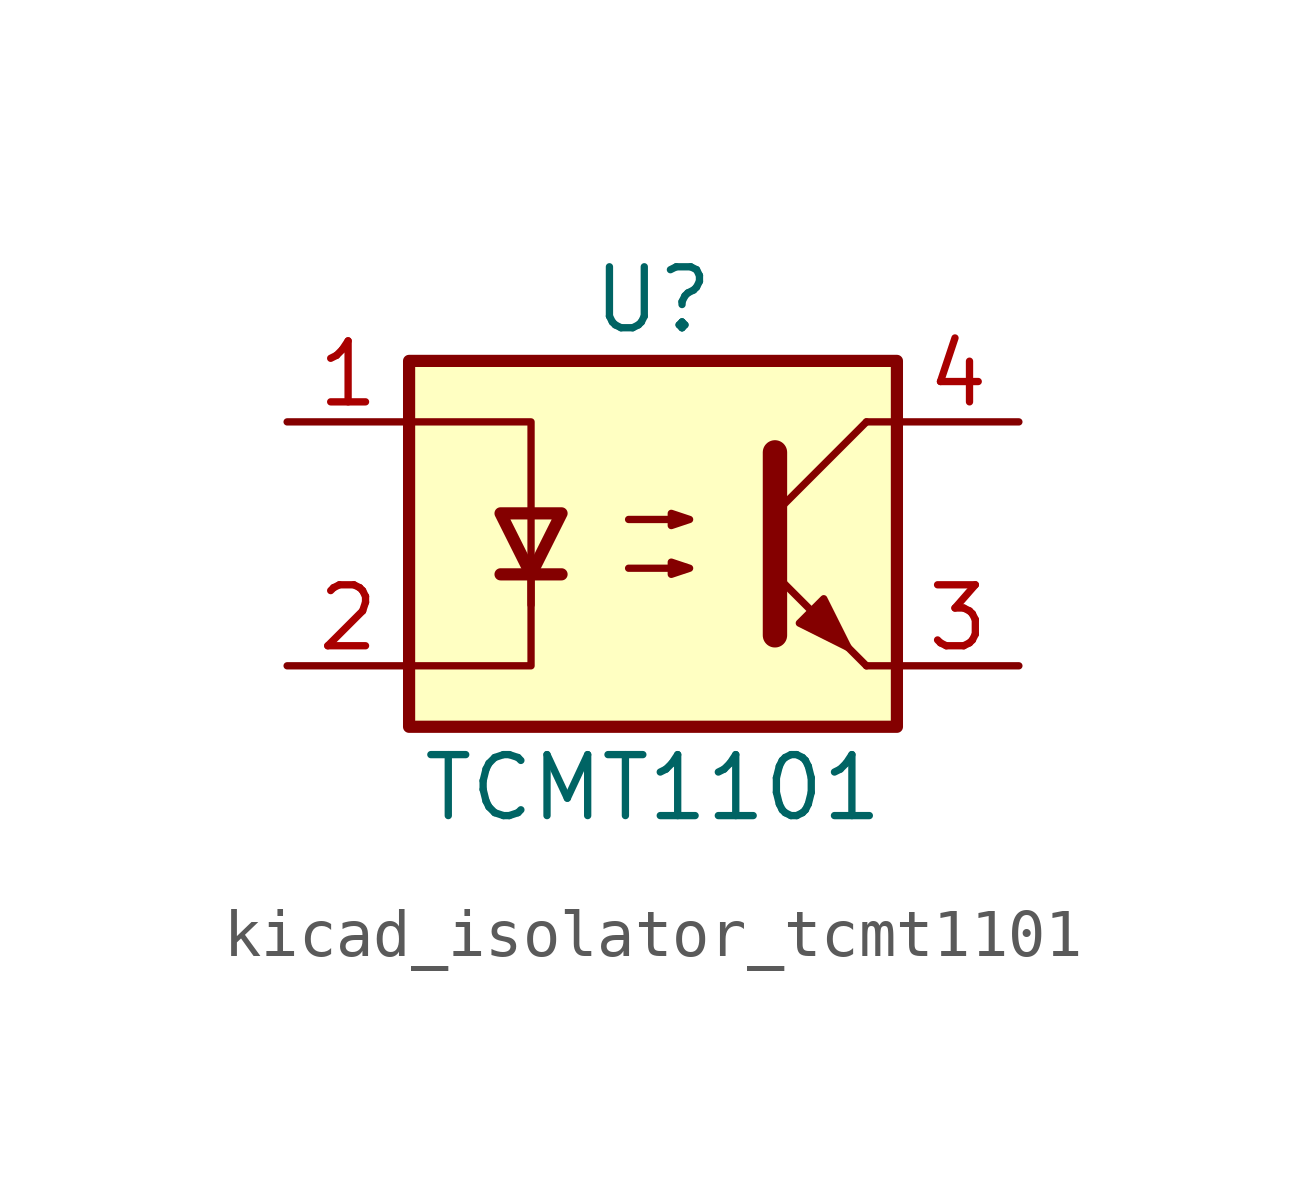
<source format=kicad_sym>
(kicad_symbol_lib
  (version 20220914)
  (generator kicad_symbol_editor)
  (symbol "kicad_isolator_tcmt1101"
    (pin_names
      (offset 1.016))
    (property "Reference" "U"
      (at 0 5.08 0)
      (effects (font (size 1.27 1.27))))
    (property "Value" "TCMT1101"
      (at 0 -5.08 0)
      (effects (font (size 1.27 1.27))))
    (symbol "kicad_isolator_tcmt1101_1_1"
      (rectangle (start -5.08 3.81) (end 5.08 -3.81) (stroke (width 0.254) (type default)) (fill (type background)))
      (polyline (pts (xy -3.175 -0.635) (xy -1.905 -0.635)) (stroke (width 0.254) (type default)) (fill (type none)))
      (polyline (pts (xy 2.54 0.635) (xy 4.445 2.54)) (stroke (width 0) (type default)) (fill (type none)))
      (polyline (pts (xy 4.445 -2.54) (xy 2.54 -0.635)) (stroke (width 0) (type default)) (fill (type outline)))
      (polyline (pts (xy 4.445 -2.54) (xy 5.08 -2.54)) (stroke (width 0) (type default)) (fill (type none)))
      (polyline (pts (xy 4.445 2.54) (xy 5.08 2.54)) (stroke (width 0) (type default)) (fill (type none)))
      (polyline (pts (xy -2.54 -0.635) (xy -2.54 -2.54) (xy -5.08 -2.54)) (stroke (width 0) (type default)) (fill (type none)))
      (polyline (pts (xy 2.54 1.905) (xy 2.54 -1.905) (xy 2.54 -1.905)) (stroke (width 0.508) (type default)) (fill (type none)))
      (polyline (pts (xy -5.08 2.54) (xy -2.54 2.54) (xy -2.54 -1.27) (xy -2.54 0.635)) (stroke (width 0) (type default)) (fill (type none)))
      (polyline (pts (xy -2.54 -0.635) (xy -3.175 0.635) (xy -1.905 0.635) (xy -2.54 -0.635)) (stroke (width 0.254) (type default)) (fill (type none)))
      (polyline (pts (xy -0.508 -0.508) (xy 0.762 -0.508) (xy 0.381 -0.635) (xy 0.381 -0.381) (xy 0.762 -0.508)) (stroke (width 0) (type default)) (fill (type none)))
      (polyline (pts (xy -0.508 0.508) (xy 0.762 0.508) (xy 0.381 0.381) (xy 0.381 0.635) (xy 0.762 0.508)) (stroke (width 0) (type default)) (fill (type none)))
      (polyline (pts (xy 3.048 -1.651) (xy 3.556 -1.143) (xy 4.064 -2.159) (xy 3.048 -1.651) (xy 3.048 -1.651)) (stroke (width 0) (type default)) (fill (type outline)))
      (pin passive line (at -7.62 2.54 0) (length 2.54) (name "~" (effects (font (size 1.27 1.27)))) (number "1" (effects (font (size 1.27 1.27)))))
      (pin passive line (at -7.62 -2.54 0) (length 2.54) (name "~" (effects (font (size 1.27 1.27)))) (number "2" (effects (font (size 1.27 1.27)))))
      (pin passive line (at 7.62 -2.54 180) (length 2.54) (name "~" (effects (font (size 1.27 1.27)))) (number "3" (effects (font (size 1.27 1.27)))))
      (pin passive line (at 7.62 2.54 180) (length 2.54) (name "~" (effects (font (size 1.27 1.27)))) (number "4" (effects (font (size 1.27 1.27))))))))
</source>
